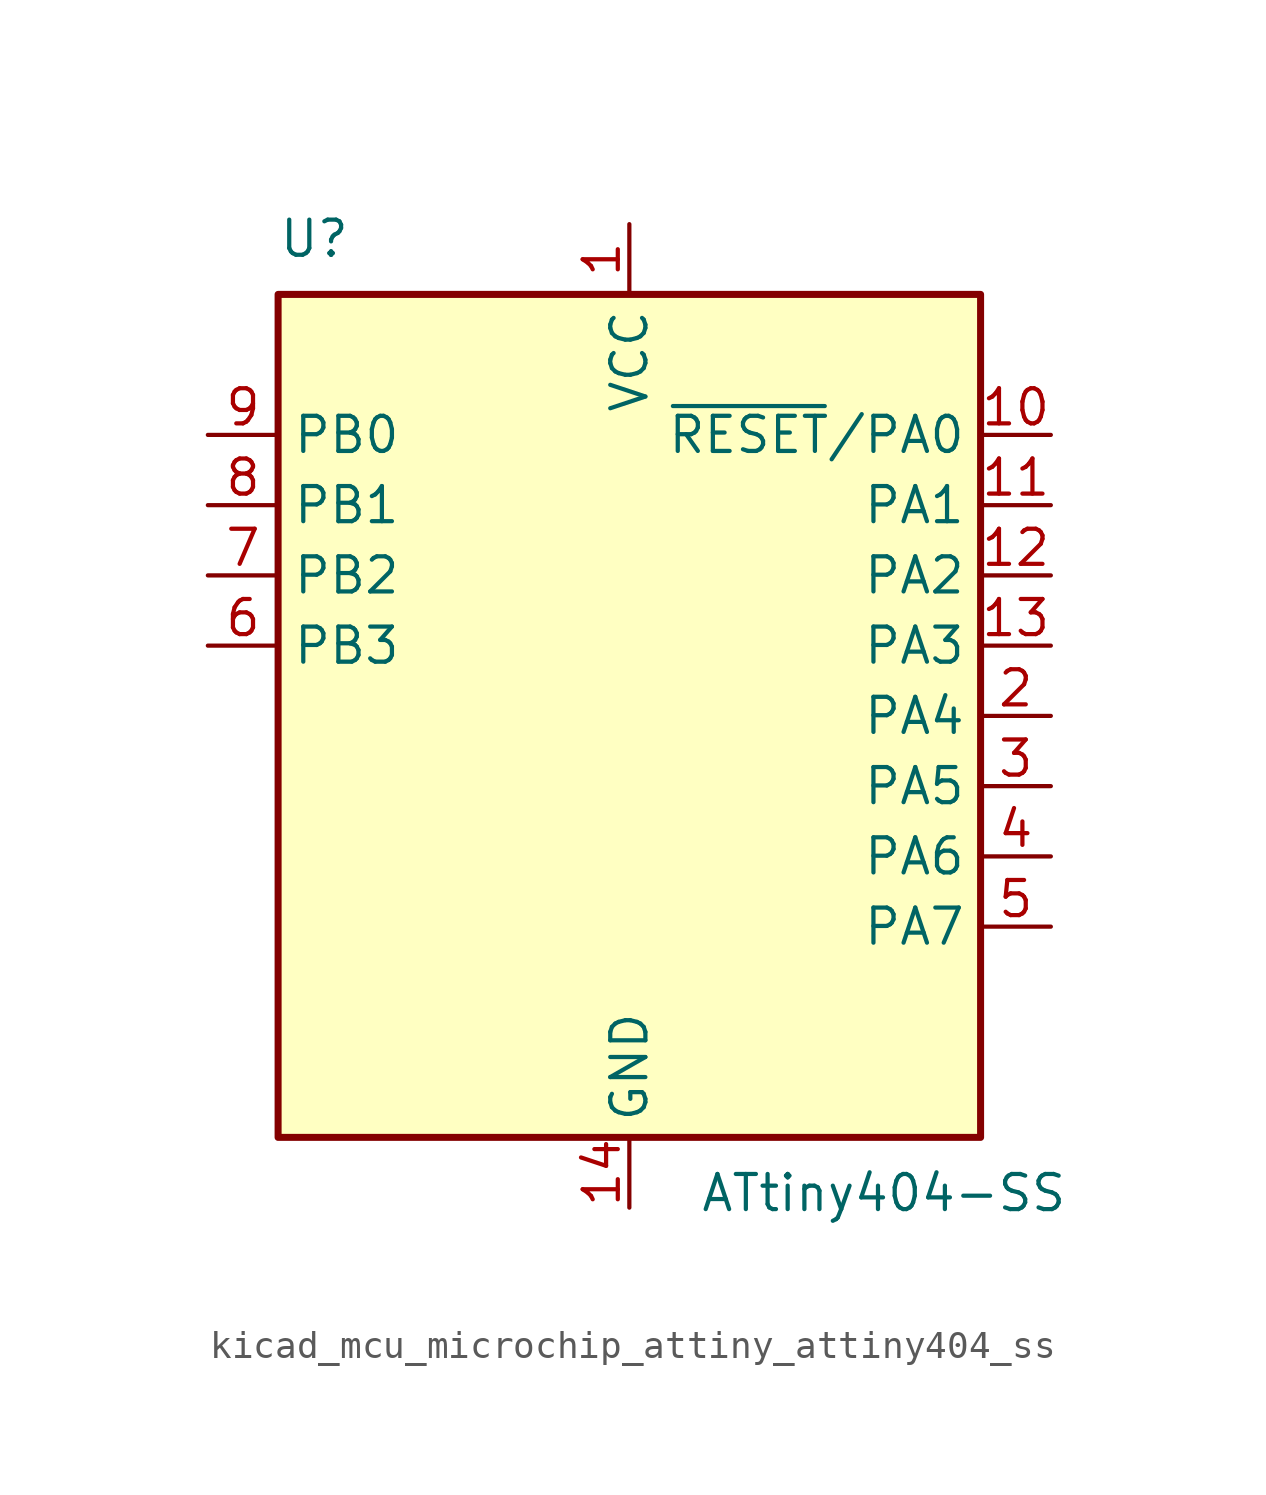
<source format=kicad_sym>
(kicad_symbol_lib
  (version 20220914)
  (generator kicad_symbol_editor)
  (symbol "kicad_mcu_microchip_attiny_attiny404_ss"
    (property "Reference" "U"
      (at -12.7 16.51 0)
      (effects (font (size 1.27 1.27)) (justify left bottom)))
    (property "Value" "ATtiny404-SS"
      (at 2.54 -16.51 0)
      (effects (font (size 1.27 1.27)) (justify left top)))
    (symbol "kicad_mcu_microchip_attiny_attiny404_ss_0_1"
      (rectangle (start -12.7 -15.24) (end 12.7 15.24) (stroke (width 0.254) (type default)) (fill (type background))))
    (symbol "kicad_mcu_microchip_attiny_attiny404_ss_1_1"
      (pin power_in line (at 0 17.78 270) (length 2.54) (name "VCC" (effects (font (size 1.27 1.27)))) (number "1" (effects (font (size 1.27 1.27)))))
      (pin bidirectional line (at 15.24 10.16 180) (length 2.54) (name "~{RESET}/PA0" (effects (font (size 1.27 1.27)))) (number "10" (effects (font (size 1.27 1.27)))))
      (pin bidirectional line (at 15.24 7.62 180) (length 2.54) (name "PA1" (effects (font (size 1.27 1.27)))) (number "11" (effects (font (size 1.27 1.27)))))
      (pin bidirectional line (at 15.24 5.08 180) (length 2.54) (name "PA2" (effects (font (size 1.27 1.27)))) (number "12" (effects (font (size 1.27 1.27)))))
      (pin bidirectional line (at 15.24 2.54 180) (length 2.54) (name "PA3" (effects (font (size 1.27 1.27)))) (number "13" (effects (font (size 1.27 1.27)))))
      (pin power_in line (at 0 -17.78 90) (length 2.54) (name "GND" (effects (font (size 1.27 1.27)))) (number "14" (effects (font (size 1.27 1.27)))))
      (pin bidirectional line (at 15.24 0 180) (length 2.54) (name "PA4" (effects (font (size 1.27 1.27)))) (number "2" (effects (font (size 1.27 1.27)))))
      (pin bidirectional line (at 15.24 -2.54 180) (length 2.54) (name "PA5" (effects (font (size 1.27 1.27)))) (number "3" (effects (font (size 1.27 1.27)))))
      (pin bidirectional line (at 15.24 -5.08 180) (length 2.54) (name "PA6" (effects (font (size 1.27 1.27)))) (number "4" (effects (font (size 1.27 1.27)))))
      (pin bidirectional line (at 15.24 -7.62 180) (length 2.54) (name "PA7" (effects (font (size 1.27 1.27)))) (number "5" (effects (font (size 1.27 1.27)))))
      (pin bidirectional line (at -15.24 2.54 0) (length 2.54) (name "PB3" (effects (font (size 1.27 1.27)))) (number "6" (effects (font (size 1.27 1.27)))))
      (pin bidirectional line (at -15.24 5.08 0) (length 2.54) (name "PB2" (effects (font (size 1.27 1.27)))) (number "7" (effects (font (size 1.27 1.27)))))
      (pin bidirectional line (at -15.24 7.62 0) (length 2.54) (name "PB1" (effects (font (size 1.27 1.27)))) (number "8" (effects (font (size 1.27 1.27)))))
      (pin bidirectional line (at -15.24 10.16 0) (length 2.54) (name "PB0" (effects (font (size 1.27 1.27)))) (number "9" (effects (font (size 1.27 1.27))))))))
</source>
